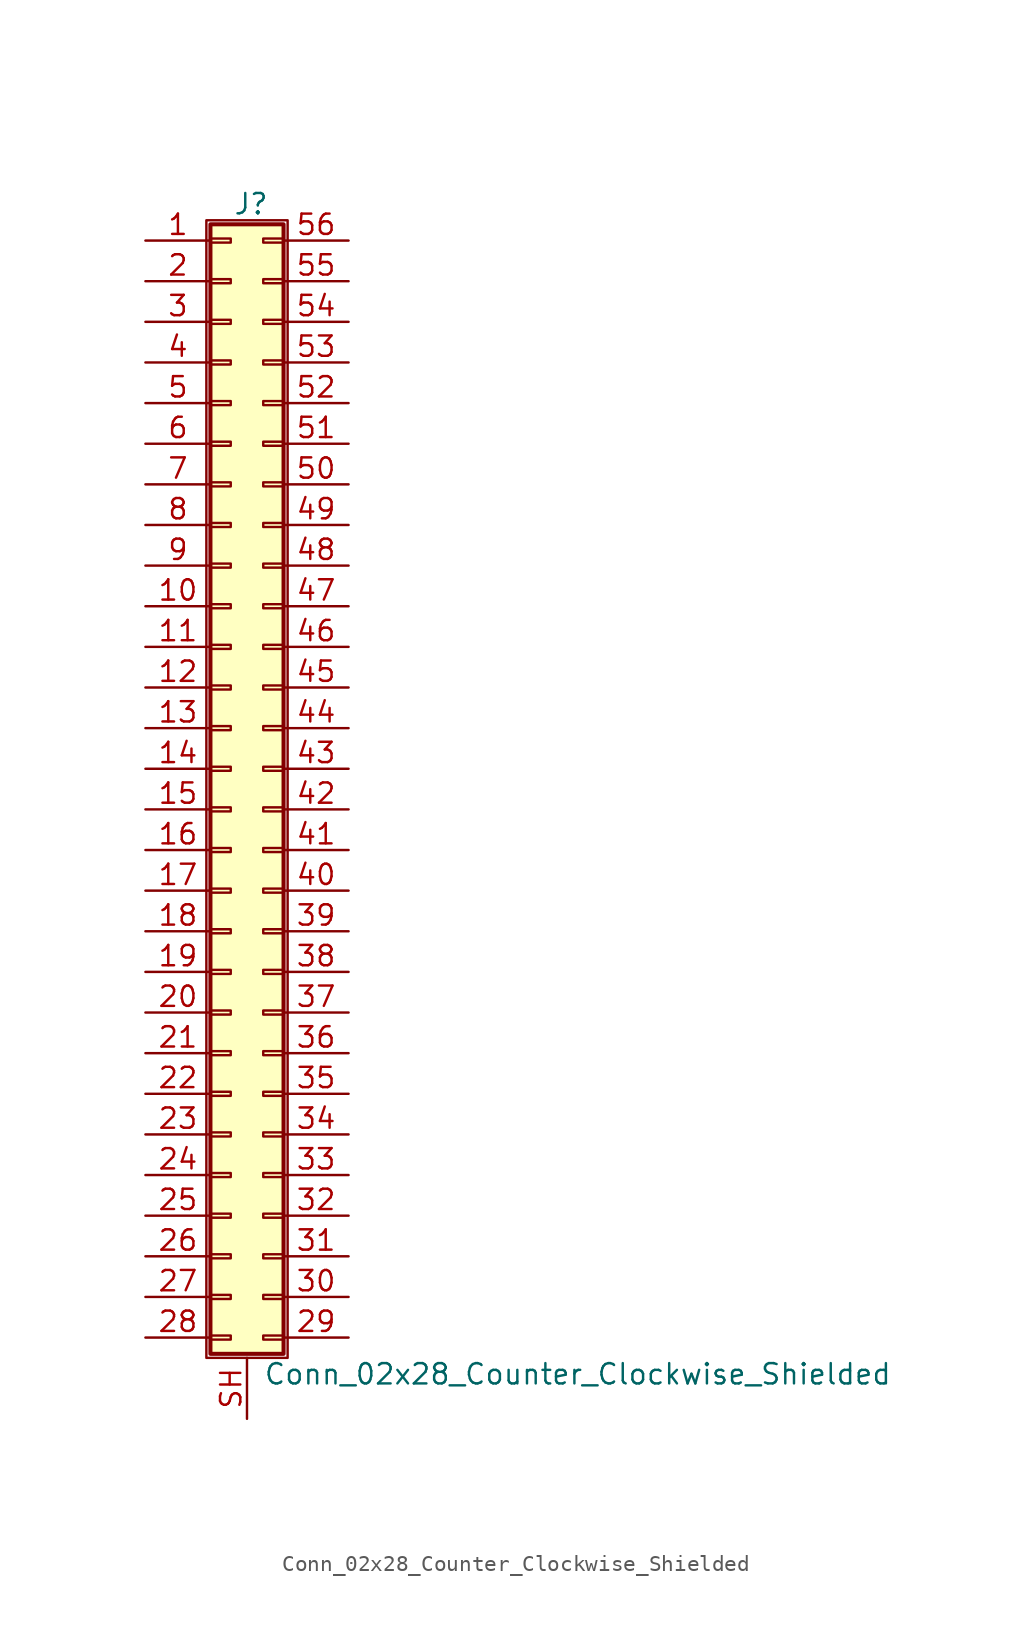
<source format=kicad_sym>
(kicad_symbol_lib
  (version 20211014)
  (generator kicad_symbol_editor)
  (symbol "Conn_02x28_Counter_Clockwise_Shielded"
    (pin_names
      (offset 1.016) hide)
    (property "Reference" "J"
      (at 1.524 35.306 0)
      (effects (font (size 1.27 1.27))))
    (property "Value" "Conn_02x28_Counter_Clockwise_Shielded"
      (at 2.286 -37.846 0)
      (effects (font (size 1.27 1.27)) (justify left)))
    (symbol "Conn_02x28_Counter_Clockwise_Shielded_1_1"
      (rectangle (start -1.27 34.29) (end 3.81 -36.83) (stroke (width 0.152) (type default) (color 0 0 0 0)) (fill (type none)))
      (rectangle (start -1.016 -35.433) (end 0.254 -35.687) (stroke (width 0.152) (type default) (color 0 0 0 0)) (fill (type none)))
      (rectangle (start -1.016 -32.893) (end 0.254 -33.147) (stroke (width 0.152) (type default) (color 0 0 0 0)) (fill (type none)))
      (rectangle (start -1.016 -30.353) (end 0.254 -30.607) (stroke (width 0.152) (type default) (color 0 0 0 0)) (fill (type none)))
      (rectangle (start -1.016 -27.813) (end 0.254 -28.067) (stroke (width 0.152) (type default) (color 0 0 0 0)) (fill (type none)))
      (rectangle (start -1.016 -25.273) (end 0.254 -25.527) (stroke (width 0.152) (type default) (color 0 0 0 0)) (fill (type none)))
      (rectangle (start -1.016 -22.733) (end 0.254 -22.987) (stroke (width 0.152) (type default) (color 0 0 0 0)) (fill (type none)))
      (rectangle (start -1.016 -20.193) (end 0.254 -20.447) (stroke (width 0.152) (type default) (color 0 0 0 0)) (fill (type none)))
      (rectangle (start -1.016 -17.653) (end 0.254 -17.907) (stroke (width 0.152) (type default) (color 0 0 0 0)) (fill (type none)))
      (rectangle (start -1.016 -15.113) (end 0.254 -15.367) (stroke (width 0.152) (type default) (color 0 0 0 0)) (fill (type none)))
      (rectangle (start -1.016 -12.573) (end 0.254 -12.827) (stroke (width 0.152) (type default) (color 0 0 0 0)) (fill (type none)))
      (rectangle (start -1.016 -10.033) (end 0.254 -10.287) (stroke (width 0.152) (type default) (color 0 0 0 0)) (fill (type none)))
      (rectangle (start -1.016 -7.493) (end 0.254 -7.747) (stroke (width 0.152) (type default) (color 0 0 0 0)) (fill (type none)))
      (rectangle (start -1.016 -4.953) (end 0.254 -5.207) (stroke (width 0.152) (type default) (color 0 0 0 0)) (fill (type none)))
      (rectangle (start -1.016 -2.413) (end 0.254 -2.667) (stroke (width 0.152) (type default) (color 0 0 0 0)) (fill (type none)))
      (rectangle (start -1.016 0.127) (end 0.254 -0.127) (stroke (width 0.152) (type default) (color 0 0 0 0)) (fill (type none)))
      (rectangle (start -1.016 2.667) (end 0.254 2.413) (stroke (width 0.152) (type default) (color 0 0 0 0)) (fill (type none)))
      (rectangle (start -1.016 5.207) (end 0.254 4.953) (stroke (width 0.152) (type default) (color 0 0 0 0)) (fill (type none)))
      (rectangle (start -1.016 7.747) (end 0.254 7.493) (stroke (width 0.152) (type default) (color 0 0 0 0)) (fill (type none)))
      (rectangle (start -1.016 10.287) (end 0.254 10.033) (stroke (width 0.152) (type default) (color 0 0 0 0)) (fill (type none)))
      (rectangle (start -1.016 12.827) (end 0.254 12.573) (stroke (width 0.152) (type default) (color 0 0 0 0)) (fill (type none)))
      (rectangle (start -1.016 15.367) (end 0.254 15.113) (stroke (width 0.152) (type default) (color 0 0 0 0)) (fill (type none)))
      (rectangle (start -1.016 17.907) (end 0.254 17.653) (stroke (width 0.152) (type default) (color 0 0 0 0)) (fill (type none)))
      (rectangle (start -1.016 20.447) (end 0.254 20.193) (stroke (width 0.152) (type default) (color 0 0 0 0)) (fill (type none)))
      (rectangle (start -1.016 22.987) (end 0.254 22.733) (stroke (width 0.152) (type default) (color 0 0 0 0)) (fill (type none)))
      (rectangle (start -1.016 25.527) (end 0.254 25.273) (stroke (width 0.152) (type default) (color 0 0 0 0)) (fill (type none)))
      (rectangle (start -1.016 28.067) (end 0.254 27.813) (stroke (width 0.152) (type default) (color 0 0 0 0)) (fill (type none)))
      (rectangle (start -1.016 30.607) (end 0.254 30.353) (stroke (width 0.152) (type default) (color 0 0 0 0)) (fill (type none)))
      (rectangle (start -1.016 33.147) (end 0.254 32.893) (stroke (width 0.152) (type default) (color 0 0 0 0)) (fill (type none)))
      (rectangle (start -1.016 34.036) (end 3.556 -36.576) (stroke (width 0.254) (type default) (color 0 0 0 0)) (fill (type background)))
      (rectangle (start 3.556 -35.433) (end 2.286 -35.687) (stroke (width 0.152) (type default) (color 0 0 0 0)) (fill (type none)))
      (rectangle (start 3.556 -32.893) (end 2.286 -33.147) (stroke (width 0.152) (type default) (color 0 0 0 0)) (fill (type none)))
      (rectangle (start 3.556 -30.353) (end 2.286 -30.607) (stroke (width 0.152) (type default) (color 0 0 0 0)) (fill (type none)))
      (rectangle (start 3.556 -27.813) (end 2.286 -28.067) (stroke (width 0.152) (type default) (color 0 0 0 0)) (fill (type none)))
      (rectangle (start 3.556 -25.273) (end 2.286 -25.527) (stroke (width 0.152) (type default) (color 0 0 0 0)) (fill (type none)))
      (rectangle (start 3.556 -22.733) (end 2.286 -22.987) (stroke (width 0.152) (type default) (color 0 0 0 0)) (fill (type none)))
      (rectangle (start 3.556 -20.193) (end 2.286 -20.447) (stroke (width 0.152) (type default) (color 0 0 0 0)) (fill (type none)))
      (rectangle (start 3.556 -17.653) (end 2.286 -17.907) (stroke (width 0.152) (type default) (color 0 0 0 0)) (fill (type none)))
      (rectangle (start 3.556 -15.113) (end 2.286 -15.367) (stroke (width 0.152) (type default) (color 0 0 0 0)) (fill (type none)))
      (rectangle (start 3.556 -12.573) (end 2.286 -12.827) (stroke (width 0.152) (type default) (color 0 0 0 0)) (fill (type none)))
      (rectangle (start 3.556 -10.033) (end 2.286 -10.287) (stroke (width 0.152) (type default) (color 0 0 0 0)) (fill (type none)))
      (rectangle (start 3.556 -7.493) (end 2.286 -7.747) (stroke (width 0.152) (type default) (color 0 0 0 0)) (fill (type none)))
      (rectangle (start 3.556 -4.953) (end 2.286 -5.207) (stroke (width 0.152) (type default) (color 0 0 0 0)) (fill (type none)))
      (rectangle (start 3.556 -2.413) (end 2.286 -2.667) (stroke (width 0.152) (type default) (color 0 0 0 0)) (fill (type none)))
      (rectangle (start 3.556 0.127) (end 2.286 -0.127) (stroke (width 0.152) (type default) (color 0 0 0 0)) (fill (type none)))
      (rectangle (start 3.556 2.667) (end 2.286 2.413) (stroke (width 0.152) (type default) (color 0 0 0 0)) (fill (type none)))
      (rectangle (start 3.556 5.207) (end 2.286 4.953) (stroke (width 0.152) (type default) (color 0 0 0 0)) (fill (type none)))
      (rectangle (start 3.556 7.747) (end 2.286 7.493) (stroke (width 0.152) (type default) (color 0 0 0 0)) (fill (type none)))
      (rectangle (start 3.556 10.287) (end 2.286 10.033) (stroke (width 0.152) (type default) (color 0 0 0 0)) (fill (type none)))
      (rectangle (start 3.556 12.827) (end 2.286 12.573) (stroke (width 0.152) (type default) (color 0 0 0 0)) (fill (type none)))
      (rectangle (start 3.556 15.367) (end 2.286 15.113) (stroke (width 0.152) (type default) (color 0 0 0 0)) (fill (type none)))
      (rectangle (start 3.556 17.907) (end 2.286 17.653) (stroke (width 0.152) (type default) (color 0 0 0 0)) (fill (type none)))
      (rectangle (start 3.556 20.447) (end 2.286 20.193) (stroke (width 0.152) (type default) (color 0 0 0 0)) (fill (type none)))
      (rectangle (start 3.556 22.987) (end 2.286 22.733) (stroke (width 0.152) (type default) (color 0 0 0 0)) (fill (type none)))
      (rectangle (start 3.556 25.527) (end 2.286 25.273) (stroke (width 0.152) (type default) (color 0 0 0 0)) (fill (type none)))
      (rectangle (start 3.556 28.067) (end 2.286 27.813) (stroke (width 0.152) (type default) (color 0 0 0 0)) (fill (type none)))
      (rectangle (start 3.556 30.607) (end 2.286 30.353) (stroke (width 0.152) (type default) (color 0 0 0 0)) (fill (type none)))
      (rectangle (start 3.556 33.147) (end 2.286 32.893) (stroke (width 0.152) (type default) (color 0 0 0 0)) (fill (type none)))
      (pin passive line (at -5.08 33.02 0) (length 4.064) (name "Pin_1" (effects (font (size 1.27 1.27)))) (number "1" (effects (font (size 1.27 1.27)))))
      (pin passive line (at -5.08 10.16 0) (length 4.064) (name "Pin_10" (effects (font (size 1.27 1.27)))) (number "10" (effects (font (size 1.27 1.27)))))
      (pin passive line (at -5.08 7.62 0) (length 4.064) (name "Pin_11" (effects (font (size 1.27 1.27)))) (number "11" (effects (font (size 1.27 1.27)))))
      (pin passive line (at -5.08 5.08 0) (length 4.064) (name "Pin_12" (effects (font (size 1.27 1.27)))) (number "12" (effects (font (size 1.27 1.27)))))
      (pin passive line (at -5.08 2.54 0) (length 4.064) (name "Pin_13" (effects (font (size 1.27 1.27)))) (number "13" (effects (font (size 1.27 1.27)))))
      (pin passive line (at -5.08 0 0) (length 4.064) (name "Pin_14" (effects (font (size 1.27 1.27)))) (number "14" (effects (font (size 1.27 1.27)))))
      (pin passive line (at -5.08 -2.54 0) (length 4.064) (name "Pin_15" (effects (font (size 1.27 1.27)))) (number "15" (effects (font (size 1.27 1.27)))))
      (pin passive line (at -5.08 -5.08 0) (length 4.064) (name "Pin_16" (effects (font (size 1.27 1.27)))) (number "16" (effects (font (size 1.27 1.27)))))
      (pin passive line (at -5.08 -7.62 0) (length 4.064) (name "Pin_17" (effects (font (size 1.27 1.27)))) (number "17" (effects (font (size 1.27 1.27)))))
      (pin passive line (at -5.08 -10.16 0) (length 4.064) (name "Pin_18" (effects (font (size 1.27 1.27)))) (number "18" (effects (font (size 1.27 1.27)))))
      (pin passive line (at -5.08 -12.7 0) (length 4.064) (name "Pin_19" (effects (font (size 1.27 1.27)))) (number "19" (effects (font (size 1.27 1.27)))))
      (pin passive line (at -5.08 30.48 0) (length 4.064) (name "Pin_2" (effects (font (size 1.27 1.27)))) (number "2" (effects (font (size 1.27 1.27)))))
      (pin passive line (at -5.08 -15.24 0) (length 4.064) (name "Pin_20" (effects (font (size 1.27 1.27)))) (number "20" (effects (font (size 1.27 1.27)))))
      (pin passive line (at -5.08 -17.78 0) (length 4.064) (name "Pin_21" (effects (font (size 1.27 1.27)))) (number "21" (effects (font (size 1.27 1.27)))))
      (pin passive line (at -5.08 -20.32 0) (length 4.064) (name "Pin_22" (effects (font (size 1.27 1.27)))) (number "22" (effects (font (size 1.27 1.27)))))
      (pin passive line (at -5.08 -22.86 0) (length 4.064) (name "Pin_23" (effects (font (size 1.27 1.27)))) (number "23" (effects (font (size 1.27 1.27)))))
      (pin passive line (at -5.08 -25.4 0) (length 4.064) (name "Pin_24" (effects (font (size 1.27 1.27)))) (number "24" (effects (font (size 1.27 1.27)))))
      (pin passive line (at -5.08 -27.94 0) (length 4.064) (name "Pin_25" (effects (font (size 1.27 1.27)))) (number "25" (effects (font (size 1.27 1.27)))))
      (pin passive line (at -5.08 -30.48 0) (length 4.064) (name "Pin_26" (effects (font (size 1.27 1.27)))) (number "26" (effects (font (size 1.27 1.27)))))
      (pin passive line (at -5.08 -33.02 0) (length 4.064) (name "Pin_27" (effects (font (size 1.27 1.27)))) (number "27" (effects (font (size 1.27 1.27)))))
      (pin passive line (at -5.08 -35.56 0) (length 4.064) (name "Pin_28" (effects (font (size 1.27 1.27)))) (number "28" (effects (font (size 1.27 1.27)))))
      (pin passive line (at 7.62 -35.56 180) (length 4.064) (name "Pin_29" (effects (font (size 1.27 1.27)))) (number "29" (effects (font (size 1.27 1.27)))))
      (pin passive line (at -5.08 27.94 0) (length 4.064) (name "Pin_3" (effects (font (size 1.27 1.27)))) (number "3" (effects (font (size 1.27 1.27)))))
      (pin passive line (at 7.62 -33.02 180) (length 4.064) (name "Pin_30" (effects (font (size 1.27 1.27)))) (number "30" (effects (font (size 1.27 1.27)))))
      (pin passive line (at 7.62 -30.48 180) (length 4.064) (name "Pin_31" (effects (font (size 1.27 1.27)))) (number "31" (effects (font (size 1.27 1.27)))))
      (pin passive line (at 7.62 -27.94 180) (length 4.064) (name "Pin_32" (effects (font (size 1.27 1.27)))) (number "32" (effects (font (size 1.27 1.27)))))
      (pin passive line (at 7.62 -25.4 180) (length 4.064) (name "Pin_33" (effects (font (size 1.27 1.27)))) (number "33" (effects (font (size 1.27 1.27)))))
      (pin passive line (at 7.62 -22.86 180) (length 4.064) (name "Pin_34" (effects (font (size 1.27 1.27)))) (number "34" (effects (font (size 1.27 1.27)))))
      (pin passive line (at 7.62 -20.32 180) (length 4.064) (name "Pin_35" (effects (font (size 1.27 1.27)))) (number "35" (effects (font (size 1.27 1.27)))))
      (pin passive line (at 7.62 -17.78 180) (length 4.064) (name "Pin_36" (effects (font (size 1.27 1.27)))) (number "36" (effects (font (size 1.27 1.27)))))
      (pin passive line (at 7.62 -15.24 180) (length 4.064) (name "Pin_37" (effects (font (size 1.27 1.27)))) (number "37" (effects (font (size 1.27 1.27)))))
      (pin passive line (at 7.62 -12.7 180) (length 4.064) (name "Pin_38" (effects (font (size 1.27 1.27)))) (number "38" (effects (font (size 1.27 1.27)))))
      (pin passive line (at 7.62 -10.16 180) (length 4.064) (name "Pin_39" (effects (font (size 1.27 1.27)))) (number "39" (effects (font (size 1.27 1.27)))))
      (pin passive line (at -5.08 25.4 0) (length 4.064) (name "Pin_4" (effects (font (size 1.27 1.27)))) (number "4" (effects (font (size 1.27 1.27)))))
      (pin passive line (at 7.62 -7.62 180) (length 4.064) (name "Pin_40" (effects (font (size 1.27 1.27)))) (number "40" (effects (font (size 1.27 1.27)))))
      (pin passive line (at 7.62 -5.08 180) (length 4.064) (name "Pin_41" (effects (font (size 1.27 1.27)))) (number "41" (effects (font (size 1.27 1.27)))))
      (pin passive line (at 7.62 -2.54 180) (length 4.064) (name "Pin_42" (effects (font (size 1.27 1.27)))) (number "42" (effects (font (size 1.27 1.27)))))
      (pin passive line (at 7.62 0 180) (length 4.064) (name "Pin_43" (effects (font (size 1.27 1.27)))) (number "43" (effects (font (size 1.27 1.27)))))
      (pin passive line (at 7.62 2.54 180) (length 4.064) (name "Pin_44" (effects (font (size 1.27 1.27)))) (number "44" (effects (font (size 1.27 1.27)))))
      (pin passive line (at 7.62 5.08 180) (length 4.064) (name "Pin_45" (effects (font (size 1.27 1.27)))) (number "45" (effects (font (size 1.27 1.27)))))
      (pin passive line (at 7.62 7.62 180) (length 4.064) (name "Pin_46" (effects (font (size 1.27 1.27)))) (number "46" (effects (font (size 1.27 1.27)))))
      (pin passive line (at 7.62 10.16 180) (length 4.064) (name "Pin_47" (effects (font (size 1.27 1.27)))) (number "47" (effects (font (size 1.27 1.27)))))
      (pin passive line (at 7.62 12.7 180) (length 4.064) (name "Pin_48" (effects (font (size 1.27 1.27)))) (number "48" (effects (font (size 1.27 1.27)))))
      (pin passive line (at 7.62 15.24 180) (length 4.064) (name "Pin_49" (effects (font (size 1.27 1.27)))) (number "49" (effects (font (size 1.27 1.27)))))
      (pin passive line (at -5.08 22.86 0) (length 4.064) (name "Pin_5" (effects (font (size 1.27 1.27)))) (number "5" (effects (font (size 1.27 1.27)))))
      (pin passive line (at 7.62 17.78 180) (length 4.064) (name "Pin_50" (effects (font (size 1.27 1.27)))) (number "50" (effects (font (size 1.27 1.27)))))
      (pin passive line (at 7.62 20.32 180) (length 4.064) (name "Pin_51" (effects (font (size 1.27 1.27)))) (number "51" (effects (font (size 1.27 1.27)))))
      (pin passive line (at 7.62 22.86 180) (length 4.064) (name "Pin_52" (effects (font (size 1.27 1.27)))) (number "52" (effects (font (size 1.27 1.27)))))
      (pin passive line (at 7.62 25.4 180) (length 4.064) (name "Pin_53" (effects (font (size 1.27 1.27)))) (number "53" (effects (font (size 1.27 1.27)))))
      (pin passive line (at 7.62 27.94 180) (length 4.064) (name "Pin_54" (effects (font (size 1.27 1.27)))) (number "54" (effects (font (size 1.27 1.27)))))
      (pin passive line (at 7.62 30.48 180) (length 4.064) (name "Pin_55" (effects (font (size 1.27 1.27)))) (number "55" (effects (font (size 1.27 1.27)))))
      (pin passive line (at 7.62 33.02 180) (length 4.064) (name "Pin_56" (effects (font (size 1.27 1.27)))) (number "56" (effects (font (size 1.27 1.27)))))
      (pin passive line (at -5.08 20.32 0) (length 4.064) (name "Pin_6" (effects (font (size 1.27 1.27)))) (number "6" (effects (font (size 1.27 1.27)))))
      (pin passive line (at -5.08 17.78 0) (length 4.064) (name "Pin_7" (effects (font (size 1.27 1.27)))) (number "7" (effects (font (size 1.27 1.27)))))
      (pin passive line (at -5.08 15.24 0) (length 4.064) (name "Pin_8" (effects (font (size 1.27 1.27)))) (number "8" (effects (font (size 1.27 1.27)))))
      (pin passive line (at -5.08 12.7 0) (length 4.064) (name "Pin_9" (effects (font (size 1.27 1.27)))) (number "9" (effects (font (size 1.27 1.27)))))
      (pin passive line (at 1.27 -40.64 90) (length 3.81) (name "Shield" (effects (font (size 1.27 1.27)))) (number "SH" (effects (font (size 1.27 1.27))))))))
</source>
